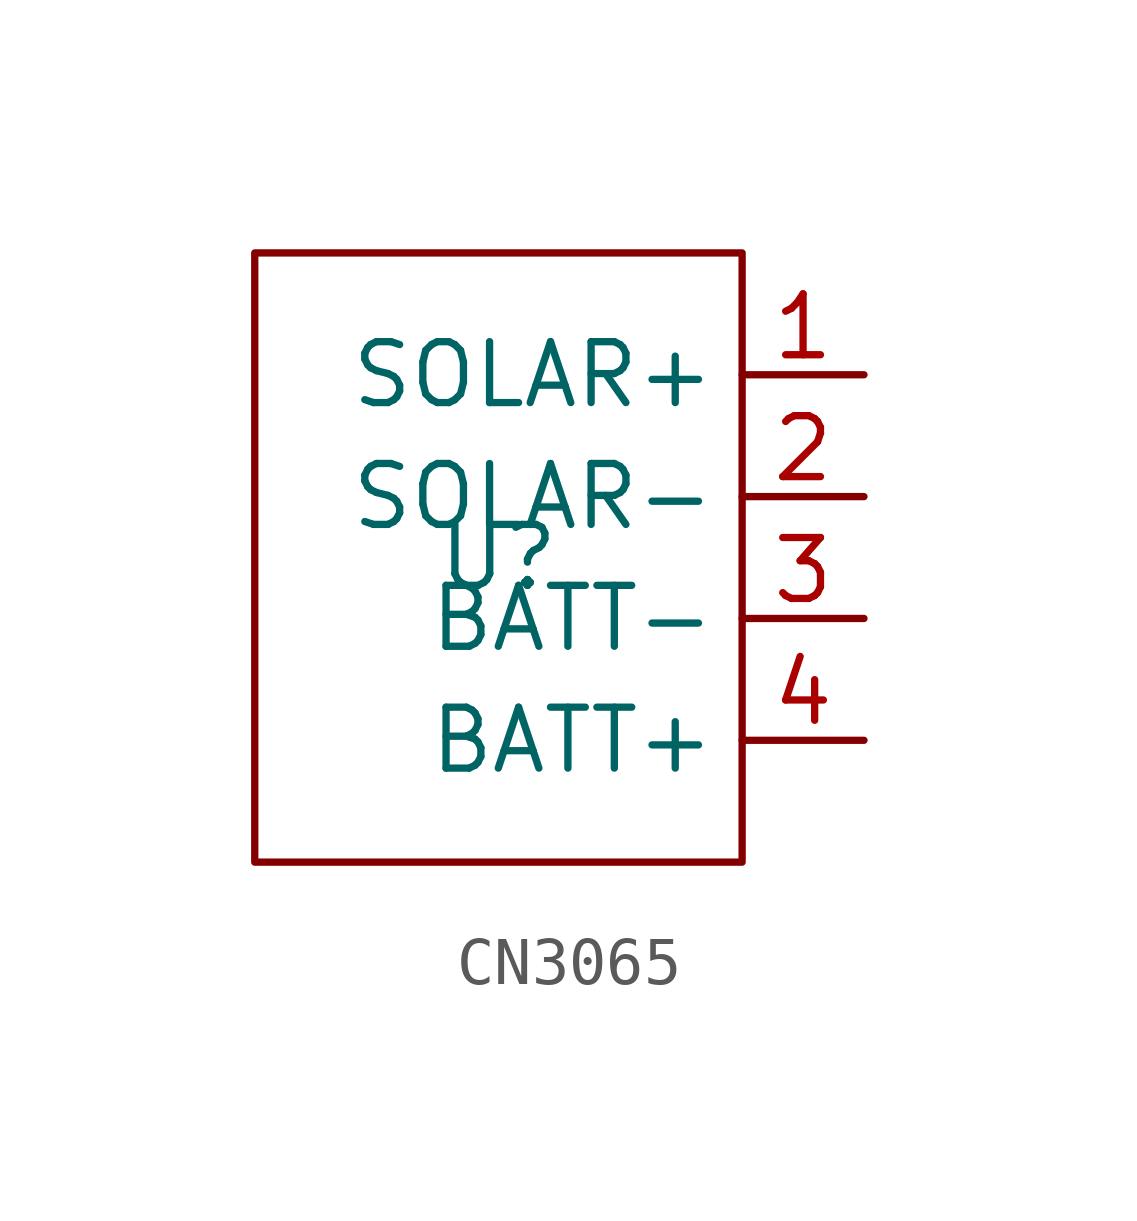
<source format=kicad_sym>
(kicad_symbol_lib
  (version 20231120)
  (generator "kicad_symbol_editor")
  (generator_version "8.0")
  (symbol "CN3065"
    (property "Reference" "U"
      (at 0 0 0)
      (effects (font (size 1.27 1.27))))
    (property "Value" ""
      (at 0 0 0)
      (effects (font (size 1.27 1.27))))
    (symbol "CN3065_0_1"
      (rectangle (start -5.08 6.35) (end 5.08 -6.35) (stroke (width 0) (type default)) (fill (type none))))
    (symbol "CN3065_1_1"
      (pin power_in line (at 7.62 3.81 180) (length 2.54) (name "SOLAR+" (effects (font (size 1.27 1.27)))) (number "1" (effects (font (size 1.27 1.27)))))
      (pin power_in line (at 7.62 1.27 180) (length 2.54) (name "SOLAR-" (effects (font (size 1.27 1.27)))) (number "2" (effects (font (size 1.27 1.27)))))
      (pin power_in line (at 7.62 -1.27 180) (length 2.54) (name "BATT-" (effects (font (size 1.27 1.27)))) (number "3" (effects (font (size 1.27 1.27)))))
      (pin power_in line (at 7.62 -3.81 180) (length 2.54) (name "BATT+" (effects (font (size 1.27 1.27)))) (number "4" (effects (font (size 1.27 1.27))))))))
</source>
